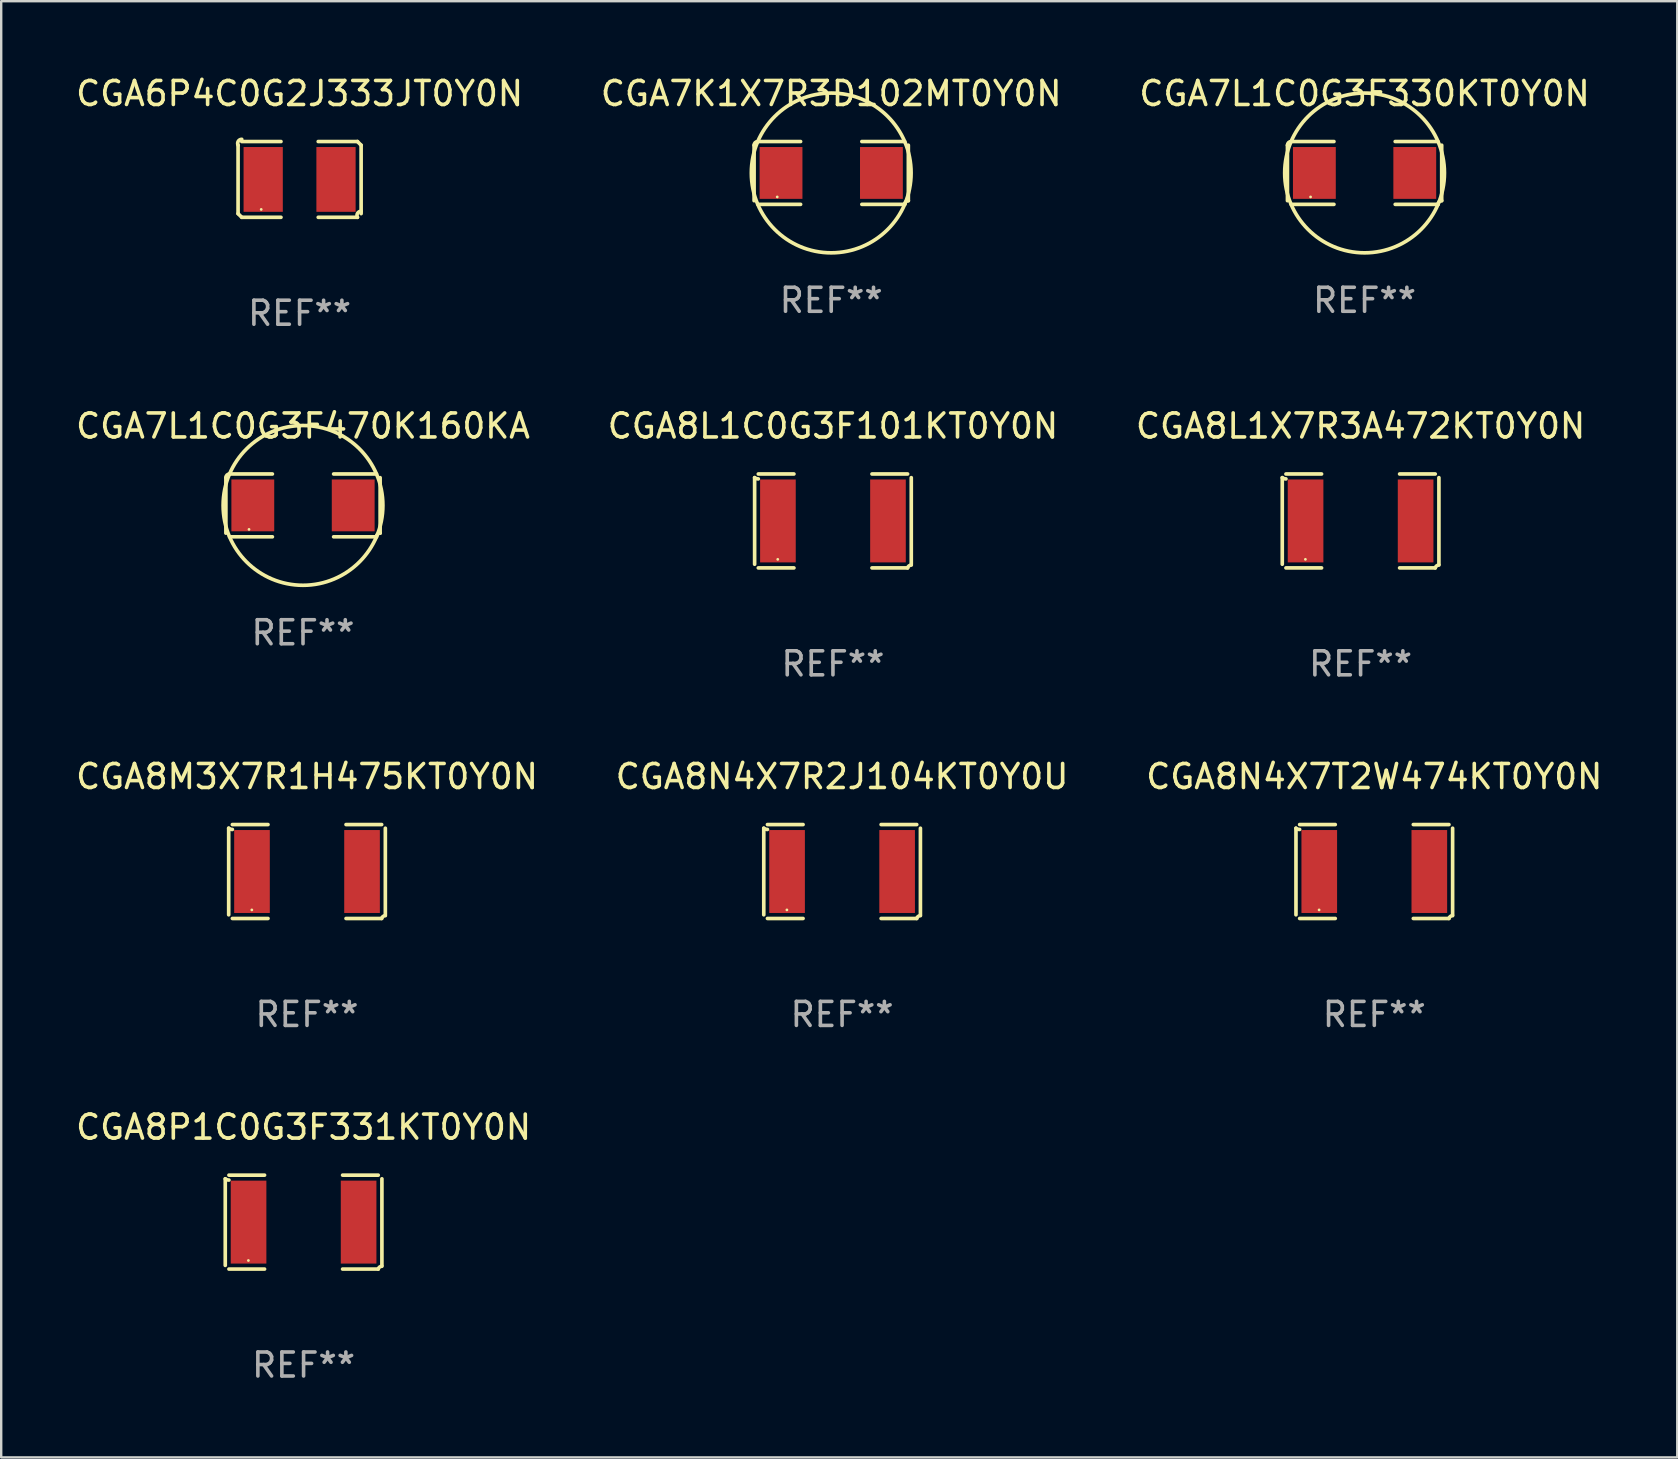
<source format=kicad_pcb>
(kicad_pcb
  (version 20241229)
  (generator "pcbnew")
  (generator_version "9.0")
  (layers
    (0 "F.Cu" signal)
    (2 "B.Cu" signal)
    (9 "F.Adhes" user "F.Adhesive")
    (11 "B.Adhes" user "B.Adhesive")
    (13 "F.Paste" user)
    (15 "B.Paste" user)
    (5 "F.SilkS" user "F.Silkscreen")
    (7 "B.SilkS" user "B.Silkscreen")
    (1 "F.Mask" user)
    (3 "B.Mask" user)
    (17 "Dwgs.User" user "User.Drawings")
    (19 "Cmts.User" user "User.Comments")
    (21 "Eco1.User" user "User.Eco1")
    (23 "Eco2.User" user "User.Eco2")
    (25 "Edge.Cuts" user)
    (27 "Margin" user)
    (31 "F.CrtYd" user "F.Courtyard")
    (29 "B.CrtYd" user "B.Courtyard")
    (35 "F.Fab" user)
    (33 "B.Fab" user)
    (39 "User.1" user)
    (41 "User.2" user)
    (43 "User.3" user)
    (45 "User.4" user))
  (footprint "CGA8P1C0G3F331KT0Y0N"
    (layer "F.Cu")
    (at 9.601 47.878)
    (property "Reference" "CGA8P1C0G3F331KT0Y0N" (at 0 -3.957 0) (layer "F.SilkS") (effects (font (size 1 1) (thickness 0.15))))
    (attr through_hole)
    (fp_line (start -3.264 1.804) (end -3.264 -1.804) (stroke (width 0.152) (type solid)) (layer "F.SilkS"))
    (fp_line (start -3.111 -1.957) (end -1.626 -1.957) (stroke (width 0.152) (type solid)) (layer "F.SilkS"))
    (fp_line (start -1.626 1.957) (end -3.111 1.957) (stroke (width 0.152) (type solid)) (layer "F.SilkS"))
    (fp_line (start 1.626 1.957) (end 3.111 1.957) (stroke (width 0.152) (type solid)) (layer "F.SilkS"))
    (fp_line (start 3.111 -1.957) (end 1.626 -1.957) (stroke (width 0.152) (type solid)) (layer "F.SilkS"))
    (fp_line (start 3.264 1.804) (end 3.264 -1.804) (stroke (width 0.152) (type solid)) (layer "F.SilkS"))
    (fp_arc (start -3.111202 -1.752192) (mid -3.191715 -1.76555) (end -3.263602 -1.804191) (stroke (width 0.1524) (type solid)) (layer "F.SilkS"))
    (fp_arc (start 3.111201 1.956591) (mid 3.167789 1.872777) (end 3.263602 1.840424) (stroke (width 0.1524) (type solid)) (layer "F.SilkS"))
    (fp_circle (center -2.3 1.6) (end -2.27 1.6) (stroke (width 0.06) (type solid)) (fill no) (layer "F.SilkS"))
    (fp_text user "REF**" (at 0 5.957 0) (layer "F.Fab") (effects (font (size 1 1) (thickness 0.15))))
    (pad "1" smd rect (at -2.293 0) (size 1.485 3.456) (layers "F.Cu" "F.Mask" "F.Paste"))
    (pad "2" smd rect (at 2.293 0) (size 1.485 3.456) (layers "F.Cu" "F.Mask" "F.Paste")))
  (footprint "CGA7L1C0G3F470K160KA"
    (layer "F.Cu")
    (at 9.577 18.011)
    (property "Reference" "CGA7L1C0G3F470K160KA" (at 0 -3.309 0) (layer "F.SilkS") (effects (font (size 1 1) (thickness 0.15))))
    (attr through_hole)
    (fp_line (start -3.214 -1.156) (end -3.214 1.156) (stroke (width 0.152) (type solid)) (layer "F.SilkS"))
    (fp_line (start -3.061 1.309) (end -1.276 1.309) (stroke (width 0.152) (type solid)) (layer "F.SilkS"))
    (fp_line (start -1.276 -1.309) (end -3.061 -1.309) (stroke (width 0.152) (type solid)) (layer "F.SilkS"))
    (fp_line (start 1.276 -1.309) (end 3.061 -1.309) (stroke (width 0.152) (type solid)) (layer "F.SilkS"))
    (fp_line (start 3.061 1.309) (end 1.276 1.309) (stroke (width 0.152) (type solid)) (layer "F.SilkS"))
    (fp_line (start 3.214 -1.156) (end 3.214 1.156) (stroke (width 0.152) (type solid)) (layer "F.SilkS"))
    (fp_arc (start -3.21359 -1.15621) (mid -3.168953 -1.263974) (end -3.061189 -1.308611) (stroke (width 0.1524) (type solid)) (layer "F.SilkS"))
    (fp_arc (start 3.061188 1.308611) (mid 3.105825 1.200847) (end 3.213589 1.15621) (stroke (width 0.1524) (type solid)) (layer "F.SilkS"))
    (fp_arc (start 3.061189 -1.308611) (mid -3.061167 1.308589) (end 3.061189 -1.308611) (stroke (width 0.1524) (type solid)) (layer "F.SilkS"))
    (fp_circle (center -2.25 1) (end -2.22 1) (stroke (width 0.06) (type solid)) (fill no) (layer "F.SilkS"))
    (fp_text user "REF**" (at 0 5.309 0) (layer "F.Fab") (effects (font (size 1 1) (thickness 0.15))))
    (pad "1" smd rect (at -2.092 0) (size 1.785 2.16) (layers "F.Cu" "F.Mask" "F.Paste"))
    (pad "2" smd rect (at 2.092 0) (size 1.785 2.16) (layers "F.Cu" "F.Mask" "F.Paste")))
  (footprint "CGA8L1X7R3A472KT0Y0N"
    (layer "F.Cu")
    (at 53.649 18.659)
    (property "Reference" "CGA8L1X7R3A472KT0Y0N" (at 0 -3.957 0) (layer "F.SilkS") (effects (font (size 1 1) (thickness 0.15))))
    (attr through_hole)
    (fp_line (start -3.264 1.804) (end -3.264 -1.804) (stroke (width 0.152) (type solid)) (layer "F.SilkS"))
    (fp_line (start -3.111 -1.957) (end -1.626 -1.957) (stroke (width 0.152) (type solid)) (layer "F.SilkS"))
    (fp_line (start -1.626 1.957) (end -3.111 1.957) (stroke (width 0.152) (type solid)) (layer "F.SilkS"))
    (fp_line (start 1.626 1.957) (end 3.111 1.957) (stroke (width 0.152) (type solid)) (layer "F.SilkS"))
    (fp_line (start 3.111 -1.957) (end 1.626 -1.957) (stroke (width 0.152) (type solid)) (layer "F.SilkS"))
    (fp_line (start 3.264 1.804) (end 3.264 -1.804) (stroke (width 0.152) (type solid)) (layer "F.SilkS"))
    (fp_arc (start -3.111202 -1.752192) (mid -3.191715 -1.76555) (end -3.263602 -1.804191) (stroke (width 0.1524) (type solid)) (layer "F.SilkS"))
    (fp_arc (start 3.111201 1.956591) (mid 3.167789 1.872777) (end 3.263602 1.840424) (stroke (width 0.1524) (type solid)) (layer "F.SilkS"))
    (fp_circle (center -2.3 1.6) (end -2.27 1.6) (stroke (width 0.06) (type solid)) (fill no) (layer "F.SilkS"))
    (fp_text user "REF**" (at 0 5.957 0) (layer "F.Fab") (effects (font (size 1 1) (thickness 0.15))))
    (pad "1" smd rect (at -2.293 0) (size 1.485 3.456) (layers "F.Cu" "F.Mask" "F.Paste"))
    (pad "2" smd rect (at 2.293 0) (size 1.485 3.456) (layers "F.Cu" "F.Mask" "F.Paste")))
  (footprint "CGA7K1X7R3D102MT0Y0N"
    (layer "F.Cu")
    (at 31.589 4.157)
    (property "Reference" "CGA7K1X7R3D102MT0Y0N" (at 0 -3.309 0) (layer "F.SilkS") (effects (font (size 1 1) (thickness 0.15))))
    (attr through_hole)
    (fp_line (start -3.214 -1.156) (end -3.214 1.156) (stroke (width 0.152) (type solid)) (layer "F.SilkS"))
    (fp_line (start -3.061 1.309) (end -1.276 1.309) (stroke (width 0.152) (type solid)) (layer "F.SilkS"))
    (fp_line (start -1.276 -1.309) (end -3.061 -1.309) (stroke (width 0.152) (type solid)) (layer "F.SilkS"))
    (fp_line (start 1.276 -1.309) (end 3.061 -1.309) (stroke (width 0.152) (type solid)) (layer "F.SilkS"))
    (fp_line (start 3.061 1.309) (end 1.276 1.309) (stroke (width 0.152) (type solid)) (layer "F.SilkS"))
    (fp_line (start 3.214 -1.156) (end 3.214 1.156) (stroke (width 0.152) (type solid)) (layer "F.SilkS"))
    (fp_arc (start -3.21359 -1.15621) (mid -3.168953 -1.263974) (end -3.061189 -1.308611) (stroke (width 0.1524) (type solid)) (layer "F.SilkS"))
    (fp_arc (start 3.061188 1.308611) (mid 3.105825 1.200847) (end 3.213589 1.15621) (stroke (width 0.1524) (type solid)) (layer "F.SilkS"))
    (fp_arc (start 3.061189 -1.308611) (mid -3.061167 1.308589) (end 3.061189 -1.308611) (stroke (width 0.1524) (type solid)) (layer "F.SilkS"))
    (fp_circle (center -2.25 1) (end -2.22 1) (stroke (width 0.06) (type solid)) (fill no) (layer "F.SilkS"))
    (fp_text user "REF**" (at 0 5.309 0) (layer "F.Fab") (effects (font (size 1 1) (thickness 0.15))))
    (pad "1" smd rect (at -2.092 0) (size 1.785 2.16) (layers "F.Cu" "F.Mask" "F.Paste"))
    (pad "2" smd rect (at 2.092 0) (size 1.785 2.16) (layers "F.Cu" "F.Mask" "F.Paste")))
  (footprint "CGA8N4X7T2W474KT0Y0N"
    (layer "F.Cu")
    (at 54.22 33.268)
    (property "Reference" "CGA8N4X7T2W474KT0Y0N" (at 0 -3.957 0) (layer "F.SilkS") (effects (font (size 1 1) (thickness 0.15))))
    (attr through_hole)
    (fp_line (start -3.264 1.804) (end -3.264 -1.804) (stroke (width 0.152) (type solid)) (layer "F.SilkS"))
    (fp_line (start -3.111 -1.957) (end -1.626 -1.957) (stroke (width 0.152) (type solid)) (layer "F.SilkS"))
    (fp_line (start -1.626 1.957) (end -3.111 1.957) (stroke (width 0.152) (type solid)) (layer "F.SilkS"))
    (fp_line (start 1.626 1.957) (end 3.111 1.957) (stroke (width 0.152) (type solid)) (layer "F.SilkS"))
    (fp_line (start 3.111 -1.957) (end 1.626 -1.957) (stroke (width 0.152) (type solid)) (layer "F.SilkS"))
    (fp_line (start 3.264 1.804) (end 3.264 -1.804) (stroke (width 0.152) (type solid)) (layer "F.SilkS"))
    (fp_arc (start -3.111202 -1.752192) (mid -3.191715 -1.76555) (end -3.263602 -1.804191) (stroke (width 0.1524) (type solid)) (layer "F.SilkS"))
    (fp_arc (start 3.111201 1.956591) (mid 3.167789 1.872777) (end 3.263602 1.840424) (stroke (width 0.1524) (type solid)) (layer "F.SilkS"))
    (fp_circle (center -2.3 1.6) (end -2.27 1.6) (stroke (width 0.06) (type solid)) (fill no) (layer "F.SilkS"))
    (fp_text user "REF**" (at 0 5.957 0) (layer "F.Fab") (effects (font (size 1 1) (thickness 0.15))))
    (pad "1" smd rect (at -2.293 0) (size 1.485 3.456) (layers "F.Cu" "F.Mask" "F.Paste"))
    (pad "2" smd rect (at 2.293 0) (size 1.485 3.456) (layers "F.Cu" "F.Mask" "F.Paste")))
  (footprint "CGA6P4C0G2J333JT0Y0N"
    (layer "F.Cu")
    (at 9.435 4.427)
    (property "Reference" "CGA6P4C0G2J333JT0Y0N" (at 0 -3.579 0) (layer "F.SilkS") (effects (font (size 1 1) (thickness 0.15))))
    (attr through_hole)
    (fp_line (start -2.564 1.426) (end -2.564 -1.426) (stroke (width 0.152) (type solid)) (layer "F.SilkS"))
    (fp_line (start -2.411 -1.579) (end -0.776 -1.579) (stroke (width 0.152) (type solid)) (layer "F.SilkS"))
    (fp_line (start -0.776 1.579) (end -2.411 1.579) (stroke (width 0.152) (type solid)) (layer "F.SilkS"))
    (fp_line (start 0.776 1.579) (end 2.411 1.579) (stroke (width 0.152) (type solid)) (layer "F.SilkS"))
    (fp_line (start 2.411 -1.579) (end 0.776 -1.579) (stroke (width 0.152) (type solid)) (layer "F.SilkS"))
    (fp_line (start 2.564 1.426) (end 2.564 -1.426) (stroke (width 0.152) (type solid)) (layer "F.SilkS"))
    (fp_arc (start -2.563602 -1.426213) (mid -2.555597 -1.591233) (end -2.411201 -1.671518) (stroke (width 0.1524) (type solid)) (layer "F.SilkS"))
    (fp_arc (start -2.5636 1.426214) (mid -2.487389 1.502402) (end -2.411201 1.578613) (stroke (width 0.1524) (type solid)) (layer "F.SilkS"))
    (fp_arc (start 2.411197 -1.578618) (mid 2.487403 -1.502419) (end 2.563602 -1.426213) (stroke (width 0.1524) (type solid)) (layer "F.SilkS"))
    (fp_arc (start 2.411201 1.578613) (mid 2.416214 1.409455) (end 2.563602 1.32629) (stroke (width 0.1524) (type solid)) (layer "F.SilkS"))
    (fp_circle (center -1.6 1.25) (end -1.57 1.25) (stroke (width 0.06) (type solid)) (fill no) (layer "F.SilkS"))
    (fp_text user "REF**" (at 0 5.579 0) (layer "F.Fab") (effects (font (size 1 1) (thickness 0.15))))
    (pad "1" smd rect (at -1.517 0) (size 1.635 2.7) (layers "F.Cu" "F.Mask" "F.Paste"))
    (pad "2" smd rect (at 1.517 0) (size 1.635 2.7) (layers "F.Cu" "F.Mask" "F.Paste")))
  (footprint "CGA7L1C0G3F330KT0Y0N"
    (layer "F.Cu")
    (at 53.815 4.157)
    (property "Reference" "CGA7L1C0G3F330KT0Y0N" (at 0 -3.309 0) (layer "F.SilkS") (effects (font (size 1 1) (thickness 0.15))))
    (attr through_hole)
    (fp_line (start -3.214 -1.156) (end -3.214 1.156) (stroke (width 0.152) (type solid)) (layer "F.SilkS"))
    (fp_line (start -3.061 1.309) (end -1.276 1.309) (stroke (width 0.152) (type solid)) (layer "F.SilkS"))
    (fp_line (start -1.276 -1.309) (end -3.061 -1.309) (stroke (width 0.152) (type solid)) (layer "F.SilkS"))
    (fp_line (start 1.276 -1.309) (end 3.061 -1.309) (stroke (width 0.152) (type solid)) (layer "F.SilkS"))
    (fp_line (start 3.061 1.309) (end 1.276 1.309) (stroke (width 0.152) (type solid)) (layer "F.SilkS"))
    (fp_line (start 3.214 -1.156) (end 3.214 1.156) (stroke (width 0.152) (type solid)) (layer "F.SilkS"))
    (fp_arc (start -3.21359 -1.15621) (mid -3.168953 -1.263974) (end -3.061189 -1.308611) (stroke (width 0.1524) (type solid)) (layer "F.SilkS"))
    (fp_arc (start 3.061188 1.308611) (mid 3.105825 1.200847) (end 3.213589 1.15621) (stroke (width 0.1524) (type solid)) (layer "F.SilkS"))
    (fp_arc (start 3.061189 -1.308611) (mid -3.061167 1.308589) (end 3.061189 -1.308611) (stroke (width 0.1524) (type solid)) (layer "F.SilkS"))
    (fp_circle (center -2.25 1) (end -2.22 1) (stroke (width 0.06) (type solid)) (fill no) (layer "F.SilkS"))
    (fp_text user "REF**" (at 0 5.309 0) (layer "F.Fab") (effects (font (size 1 1) (thickness 0.15))))
    (pad "1" smd rect (at -2.092 0) (size 1.785 2.16) (layers "F.Cu" "F.Mask" "F.Paste"))
    (pad "2" smd rect (at 2.092 0) (size 1.785 2.16) (layers "F.Cu" "F.Mask" "F.Paste")))
  (footprint "CGA8M3X7R1H475KT0Y0N"
    (layer "F.Cu")
    (at 9.744 33.268)
    (property "Reference" "CGA8M3X7R1H475KT0Y0N" (at 0 -3.957 0) (layer "F.SilkS") (effects (font (size 1 1) (thickness 0.15))))
    (attr through_hole)
    (fp_line (start -3.264 1.804) (end -3.264 -1.804) (stroke (width 0.152) (type solid)) (layer "F.SilkS"))
    (fp_line (start -3.111 -1.957) (end -1.626 -1.957) (stroke (width 0.152) (type solid)) (layer "F.SilkS"))
    (fp_line (start -1.626 1.957) (end -3.111 1.957) (stroke (width 0.152) (type solid)) (layer "F.SilkS"))
    (fp_line (start 1.626 1.957) (end 3.111 1.957) (stroke (width 0.152) (type solid)) (layer "F.SilkS"))
    (fp_line (start 3.111 -1.957) (end 1.626 -1.957) (stroke (width 0.152) (type solid)) (layer "F.SilkS"))
    (fp_line (start 3.264 1.804) (end 3.264 -1.804) (stroke (width 0.152) (type solid)) (layer "F.SilkS"))
    (fp_arc (start -3.111202 -1.752192) (mid -3.191715 -1.76555) (end -3.263602 -1.804191) (stroke (width 0.1524) (type solid)) (layer "F.SilkS"))
    (fp_arc (start 3.111201 1.956591) (mid 3.167789 1.872777) (end 3.263602 1.840424) (stroke (width 0.1524) (type solid)) (layer "F.SilkS"))
    (fp_circle (center -2.3 1.6) (end -2.27 1.6) (stroke (width 0.06) (type solid)) (fill no) (layer "F.SilkS"))
    (fp_text user "REF**" (at 0 5.957 0) (layer "F.Fab") (effects (font (size 1 1) (thickness 0.15))))
    (pad "1" smd rect (at -2.293 0) (size 1.485 3.456) (layers "F.Cu" "F.Mask" "F.Paste"))
    (pad "2" smd rect (at 2.293 0) (size 1.485 3.456) (layers "F.Cu" "F.Mask" "F.Paste")))
  (footprint "CGA8N4X7R2J104KT0Y0U"
    (layer "F.Cu")
    (at 32.042 33.268)
    (property "Reference" "CGA8N4X7R2J104KT0Y0U" (at 0 -3.957 0) (layer "F.SilkS") (effects (font (size 1 1) (thickness 0.15))))
    (attr through_hole)
    (fp_line (start -3.264 1.804) (end -3.264 -1.804) (stroke (width 0.152) (type solid)) (layer "F.SilkS"))
    (fp_line (start -3.111 -1.957) (end -1.626 -1.957) (stroke (width 0.152) (type solid)) (layer "F.SilkS"))
    (fp_line (start -1.626 1.957) (end -3.111 1.957) (stroke (width 0.152) (type solid)) (layer "F.SilkS"))
    (fp_line (start 1.626 1.957) (end 3.111 1.957) (stroke (width 0.152) (type solid)) (layer "F.SilkS"))
    (fp_line (start 3.111 -1.957) (end 1.626 -1.957) (stroke (width 0.152) (type solid)) (layer "F.SilkS"))
    (fp_line (start 3.264 1.804) (end 3.264 -1.804) (stroke (width 0.152) (type solid)) (layer "F.SilkS"))
    (fp_arc (start -3.111202 -1.752192) (mid -3.191715 -1.76555) (end -3.263602 -1.804191) (stroke (width 0.1524) (type solid)) (layer "F.SilkS"))
    (fp_arc (start 3.111201 1.956591) (mid 3.167789 1.872777) (end 3.263602 1.840424) (stroke (width 0.1524) (type solid)) (layer "F.SilkS"))
    (fp_circle (center -2.3 1.6) (end -2.27 1.6) (stroke (width 0.06) (type solid)) (fill no) (layer "F.SilkS"))
    (fp_text user "REF**" (at 0 5.957 0) (layer "F.Fab") (effects (font (size 1 1) (thickness 0.15))))
    (pad "1" smd rect (at -2.293 0) (size 1.485 3.456) (layers "F.Cu" "F.Mask" "F.Paste"))
    (pad "2" smd rect (at 2.293 0) (size 1.485 3.456) (layers "F.Cu" "F.Mask" "F.Paste")))
  (footprint "CGA8L1C0G3F101KT0Y0N"
    (layer "F.Cu")
    (at 31.661 18.659)
    (property "Reference" "CGA8L1C0G3F101KT0Y0N" (at 0 -3.957 0) (layer "F.SilkS") (effects (font (size 1 1) (thickness 0.15))))
    (attr through_hole)
    (fp_line (start -3.264 1.804) (end -3.264 -1.804) (stroke (width 0.152) (type solid)) (layer "F.SilkS"))
    (fp_line (start -3.111 -1.957) (end -1.626 -1.957) (stroke (width 0.152) (type solid)) (layer "F.SilkS"))
    (fp_line (start -1.626 1.957) (end -3.111 1.957) (stroke (width 0.152) (type solid)) (layer "F.SilkS"))
    (fp_line (start 1.626 1.957) (end 3.111 1.957) (stroke (width 0.152) (type solid)) (layer "F.SilkS"))
    (fp_line (start 3.111 -1.957) (end 1.626 -1.957) (stroke (width 0.152) (type solid)) (layer "F.SilkS"))
    (fp_line (start 3.264 1.804) (end 3.264 -1.804) (stroke (width 0.152) (type solid)) (layer "F.SilkS"))
    (fp_arc (start -3.111202 -1.752192) (mid -3.191715 -1.76555) (end -3.263602 -1.804191) (stroke (width 0.1524) (type solid)) (layer "F.SilkS"))
    (fp_arc (start 3.111201 1.956591) (mid 3.167789 1.872777) (end 3.263602 1.840424) (stroke (width 0.1524) (type solid)) (layer "F.SilkS"))
    (fp_circle (center -2.3 1.6) (end -2.27 1.6) (stroke (width 0.06) (type solid)) (fill no) (layer "F.SilkS"))
    (fp_text user "REF**" (at 0 5.957 0) (layer "F.Fab") (effects (font (size 1 1) (thickness 0.15))))
    (pad "1" smd rect (at -2.293 0) (size 1.485 3.456) (layers "F.Cu" "F.Mask" "F.Paste"))
    (pad "2" smd rect (at 2.293 0) (size 1.485 3.456) (layers "F.Cu" "F.Mask" "F.Paste")))
  (gr_rect
    (start -3 -3)
    (end 66.845 57.683)
    (stroke (width 0.1) (type default))
    (fill no)
    (layer "Edge.Cuts")))
</source>
